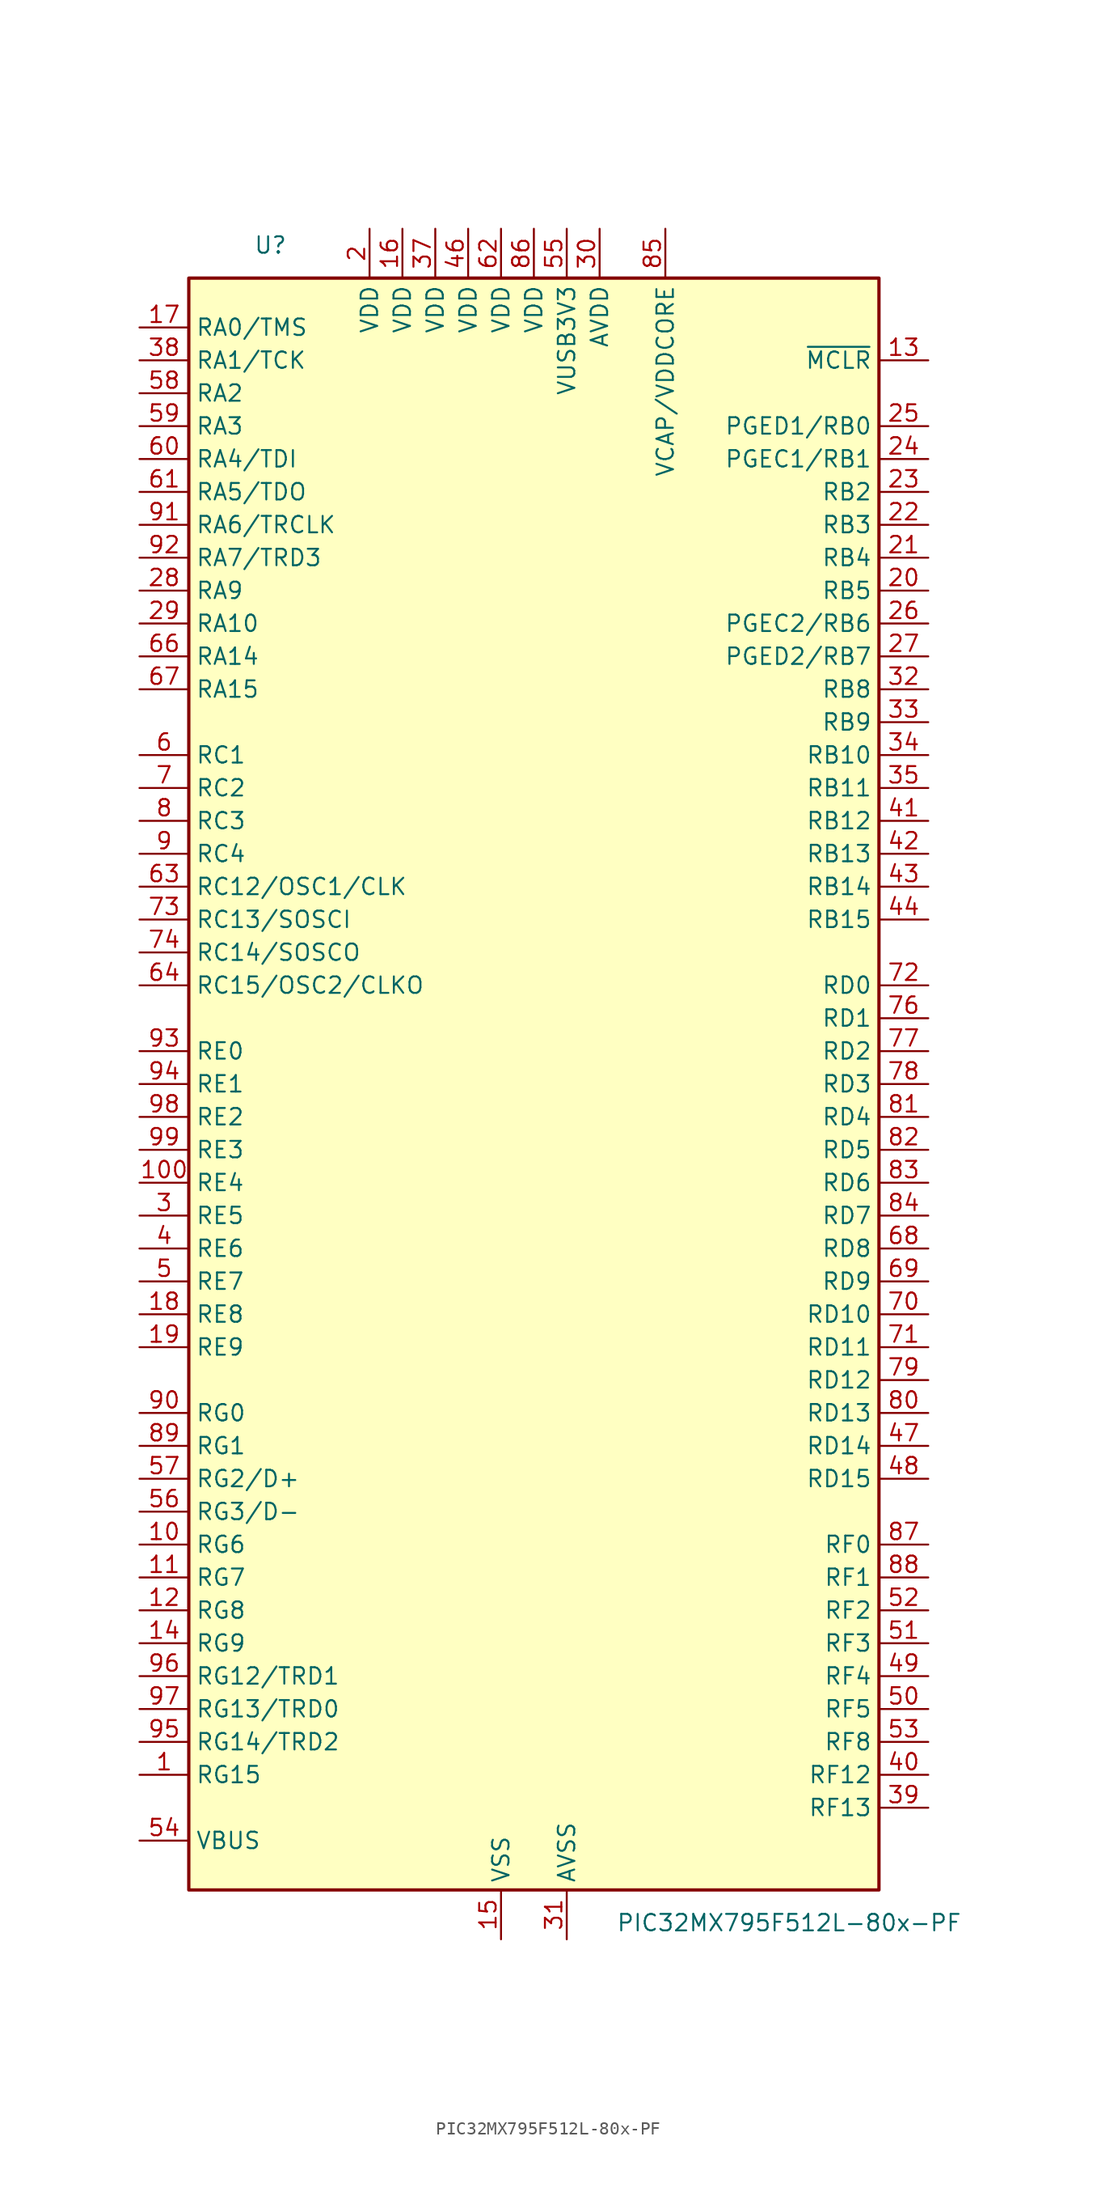
<source format=kicad_sym>
(kicad_symbol_lib
  (version 20201005)
  (generator kicad_symbol_editor)
  (symbol "PIC32MX795F512L-80x-PF"
    (property "Reference" "U"
      (at -19.05 64.77 0)
      (effects (font (size 1.27 1.27)) (justify right)))
    (property "Value" "PIC32MX795F512L-80x-PF"
      (at 6.35 -64.77 0)
      (effects (font (size 1.27 1.27)) (justify left)))
    (symbol "PIC32MX795F512L-80x-PF_0_1"
      (rectangle (start -26.67 62.23) (end 26.67 -62.23) (stroke (width 0.254)) (fill (type background))))
    (symbol "PIC32MX795F512L-80x-PF_1_1"
      (pin bidirectional line (at -30.48 -53.34 0) (length 3.81) (name "RG15" (effects (font (size 1.27 1.27)))) (number "1" (effects (font (size 1.27 1.27)))))
      (pin bidirectional line (at -30.48 -35.56 0) (length 3.81) (name "RG6" (effects (font (size 1.27 1.27)))) (number "10" (effects (font (size 1.27 1.27)))))
      (pin bidirectional line (at -30.48 -7.62 0) (length 3.81) (name "RE4" (effects (font (size 1.27 1.27)))) (number "100" (effects (font (size 1.27 1.27)))))
      (pin bidirectional line (at -30.48 -38.1 0) (length 3.81) (name "RG7" (effects (font (size 1.27 1.27)))) (number "11" (effects (font (size 1.27 1.27)))))
      (pin bidirectional line (at -30.48 -40.64 0) (length 3.81) (name "RG8" (effects (font (size 1.27 1.27)))) (number "12" (effects (font (size 1.27 1.27)))))
      (pin input line (at 30.48 55.88 180) (length 3.81) (name "~MCLR~" (effects (font (size 1.27 1.27)))) (number "13" (effects (font (size 1.27 1.27)))))
      (pin bidirectional line (at -30.48 -43.18 0) (length 3.81) (name "RG9" (effects (font (size 1.27 1.27)))) (number "14" (effects (font (size 1.27 1.27)))))
      (pin power_in line (at -2.54 -66.04 90) (length 3.81) (name "VSS" (effects (font (size 1.27 1.27)))) (number "15" (effects (font (size 1.27 1.27)))))
      (pin power_in line (at -10.16 66.04 270) (length 3.81) (name "VDD" (effects (font (size 1.27 1.27)))) (number "16" (effects (font (size 1.27 1.27)))))
      (pin bidirectional line (at -30.48 58.42 0) (length 3.81) (name "RA0/TMS" (effects (font (size 1.27 1.27)))) (number "17" (effects (font (size 1.27 1.27)))))
      (pin bidirectional line (at -30.48 -17.78 0) (length 3.81) (name "RE8" (effects (font (size 1.27 1.27)))) (number "18" (effects (font (size 1.27 1.27)))))
      (pin bidirectional line (at -30.48 -20.32 0) (length 3.81) (name "RE9" (effects (font (size 1.27 1.27)))) (number "19" (effects (font (size 1.27 1.27)))))
      (pin power_in line (at -12.7 66.04 270) (length 3.81) (name "VDD" (effects (font (size 1.27 1.27)))) (number "2" (effects (font (size 1.27 1.27)))))
      (pin bidirectional line (at 30.48 38.1 180) (length 3.81) (name "RB5" (effects (font (size 1.27 1.27)))) (number "20" (effects (font (size 1.27 1.27)))))
      (pin bidirectional line (at 30.48 40.64 180) (length 3.81) (name "RB4" (effects (font (size 1.27 1.27)))) (number "21" (effects (font (size 1.27 1.27)))))
      (pin bidirectional line (at 30.48 43.18 180) (length 3.81) (name "RB3" (effects (font (size 1.27 1.27)))) (number "22" (effects (font (size 1.27 1.27)))))
      (pin bidirectional line (at 30.48 45.72 180) (length 3.81) (name "RB2" (effects (font (size 1.27 1.27)))) (number "23" (effects (font (size 1.27 1.27)))))
      (pin bidirectional line (at 30.48 48.26 180) (length 3.81) (name "PGEC1/RB1" (effects (font (size 1.27 1.27)))) (number "24" (effects (font (size 1.27 1.27)))))
      (pin bidirectional line (at 30.48 50.8 180) (length 3.81) (name "PGED1/RB0" (effects (font (size 1.27 1.27)))) (number "25" (effects (font (size 1.27 1.27)))))
      (pin bidirectional line (at 30.48 35.56 180) (length 3.81) (name "PGEC2/RB6" (effects (font (size 1.27 1.27)))) (number "26" (effects (font (size 1.27 1.27)))))
      (pin bidirectional line (at 30.48 33.02 180) (length 3.81) (name "PGED2/RB7" (effects (font (size 1.27 1.27)))) (number "27" (effects (font (size 1.27 1.27)))))
      (pin bidirectional line (at -30.48 38.1 0) (length 3.81) (name "RA9" (effects (font (size 1.27 1.27)))) (number "28" (effects (font (size 1.27 1.27)))))
      (pin bidirectional line (at -30.48 35.56 0) (length 3.81) (name "RA10" (effects (font (size 1.27 1.27)))) (number "29" (effects (font (size 1.27 1.27)))))
      (pin bidirectional line (at -30.48 -10.16 0) (length 3.81) (name "RE5" (effects (font (size 1.27 1.27)))) (number "3" (effects (font (size 1.27 1.27)))))
      (pin power_in line (at 5.08 66.04 270) (length 3.81) (name "AVDD" (effects (font (size 1.27 1.27)))) (number "30" (effects (font (size 1.27 1.27)))))
      (pin power_in line (at 2.54 -66.04 90) (length 3.81) (name "AVSS" (effects (font (size 1.27 1.27)))) (number "31" (effects (font (size 1.27 1.27)))))
      (pin bidirectional line (at 30.48 30.48 180) (length 3.81) (name "RB8" (effects (font (size 1.27 1.27)))) (number "32" (effects (font (size 1.27 1.27)))))
      (pin bidirectional line (at 30.48 27.94 180) (length 3.81) (name "RB9" (effects (font (size 1.27 1.27)))) (number "33" (effects (font (size 1.27 1.27)))))
      (pin bidirectional line (at 30.48 25.4 180) (length 3.81) (name "RB10" (effects (font (size 1.27 1.27)))) (number "34" (effects (font (size 1.27 1.27)))))
      (pin bidirectional line (at 30.48 22.86 180) (length 3.81) (name "RB11" (effects (font (size 1.27 1.27)))) (number "35" (effects (font (size 1.27 1.27)))))
      (pin passive line (at -2.54 -66.04 90) (length 3.81) hide (name "VSS" (effects (font (size 1.27 1.27)))) (number "36" (effects (font (size 1.27 1.27)))))
      (pin power_in line (at -7.62 66.04 270) (length 3.81) (name "VDD" (effects (font (size 1.27 1.27)))) (number "37" (effects (font (size 1.27 1.27)))))
      (pin bidirectional line (at -30.48 55.88 0) (length 3.81) (name "RA1/TCK" (effects (font (size 1.27 1.27)))) (number "38" (effects (font (size 1.27 1.27)))))
      (pin bidirectional line (at 30.48 -55.88 180) (length 3.81) (name "RF13" (effects (font (size 1.27 1.27)))) (number "39" (effects (font (size 1.27 1.27)))))
      (pin bidirectional line (at -30.48 -12.7 0) (length 3.81) (name "RE6" (effects (font (size 1.27 1.27)))) (number "4" (effects (font (size 1.27 1.27)))))
      (pin bidirectional line (at 30.48 -53.34 180) (length 3.81) (name "RF12" (effects (font (size 1.27 1.27)))) (number "40" (effects (font (size 1.27 1.27)))))
      (pin bidirectional line (at 30.48 20.32 180) (length 3.81) (name "RB12" (effects (font (size 1.27 1.27)))) (number "41" (effects (font (size 1.27 1.27)))))
      (pin bidirectional line (at 30.48 17.78 180) (length 3.81) (name "RB13" (effects (font (size 1.27 1.27)))) (number "42" (effects (font (size 1.27 1.27)))))
      (pin bidirectional line (at 30.48 15.24 180) (length 3.81) (name "RB14" (effects (font (size 1.27 1.27)))) (number "43" (effects (font (size 1.27 1.27)))))
      (pin bidirectional line (at 30.48 12.7 180) (length 3.81) (name "RB15" (effects (font (size 1.27 1.27)))) (number "44" (effects (font (size 1.27 1.27)))))
      (pin passive line (at -2.54 -66.04 90) (length 3.81) hide (name "VSS" (effects (font (size 1.27 1.27)))) (number "45" (effects (font (size 1.27 1.27)))))
      (pin power_in line (at -5.08 66.04 270) (length 3.81) (name "VDD" (effects (font (size 1.27 1.27)))) (number "46" (effects (font (size 1.27 1.27)))))
      (pin bidirectional line (at 30.48 -27.94 180) (length 3.81) (name "RD14" (effects (font (size 1.27 1.27)))) (number "47" (effects (font (size 1.27 1.27)))))
      (pin bidirectional line (at 30.48 -30.48 180) (length 3.81) (name "RD15" (effects (font (size 1.27 1.27)))) (number "48" (effects (font (size 1.27 1.27)))))
      (pin bidirectional line (at 30.48 -45.72 180) (length 3.81) (name "RF4" (effects (font (size 1.27 1.27)))) (number "49" (effects (font (size 1.27 1.27)))))
      (pin bidirectional line (at -30.48 -15.24 0) (length 3.81) (name "RE7" (effects (font (size 1.27 1.27)))) (number "5" (effects (font (size 1.27 1.27)))))
      (pin bidirectional line (at 30.48 -48.26 180) (length 3.81) (name "RF5" (effects (font (size 1.27 1.27)))) (number "50" (effects (font (size 1.27 1.27)))))
      (pin bidirectional line (at 30.48 -43.18 180) (length 3.81) (name "RF3" (effects (font (size 1.27 1.27)))) (number "51" (effects (font (size 1.27 1.27)))))
      (pin bidirectional line (at 30.48 -40.64 180) (length 3.81) (name "RF2" (effects (font (size 1.27 1.27)))) (number "52" (effects (font (size 1.27 1.27)))))
      (pin bidirectional line (at 30.48 -50.8 180) (length 3.81) (name "RF8" (effects (font (size 1.27 1.27)))) (number "53" (effects (font (size 1.27 1.27)))))
      (pin input line (at -30.48 -58.42 0) (length 3.81) (name "VBUS" (effects (font (size 1.27 1.27)))) (number "54" (effects (font (size 1.27 1.27)))))
      (pin power_in line (at 2.54 66.04 270) (length 3.81) (name "VUSB3V3" (effects (font (size 1.27 1.27)))) (number "55" (effects (font (size 1.27 1.27)))))
      (pin bidirectional line (at -30.48 -33.02 0) (length 3.81) (name "RG3/D-" (effects (font (size 1.27 1.27)))) (number "56" (effects (font (size 1.27 1.27)))))
      (pin bidirectional line (at -30.48 -30.48 0) (length 3.81) (name "RG2/D+" (effects (font (size 1.27 1.27)))) (number "57" (effects (font (size 1.27 1.27)))))
      (pin bidirectional line (at -30.48 53.34 0) (length 3.81) (name "RA2" (effects (font (size 1.27 1.27)))) (number "58" (effects (font (size 1.27 1.27)))))
      (pin bidirectional line (at -30.48 50.8 0) (length 3.81) (name "RA3" (effects (font (size 1.27 1.27)))) (number "59" (effects (font (size 1.27 1.27)))))
      (pin bidirectional line (at -30.48 25.4 0) (length 3.81) (name "RC1" (effects (font (size 1.27 1.27)))) (number "6" (effects (font (size 1.27 1.27)))))
      (pin bidirectional line (at -30.48 48.26 0) (length 3.81) (name "RA4/TDI" (effects (font (size 1.27 1.27)))) (number "60" (effects (font (size 1.27 1.27)))))
      (pin bidirectional line (at -30.48 45.72 0) (length 3.81) (name "RA5/TDO" (effects (font (size 1.27 1.27)))) (number "61" (effects (font (size 1.27 1.27)))))
      (pin power_in line (at -2.54 66.04 270) (length 3.81) (name "VDD" (effects (font (size 1.27 1.27)))) (number "62" (effects (font (size 1.27 1.27)))))
      (pin bidirectional line (at -30.48 15.24 0) (length 3.81) (name "RC12/OSC1/CLK" (effects (font (size 1.27 1.27)))) (number "63" (effects (font (size 1.27 1.27)))))
      (pin bidirectional line (at -30.48 7.62 0) (length 3.81) (name "RC15/OSC2/CLKO" (effects (font (size 1.27 1.27)))) (number "64" (effects (font (size 1.27 1.27)))))
      (pin passive line (at -2.54 -66.04 90) (length 3.81) hide (name "VSS" (effects (font (size 1.27 1.27)))) (number "65" (effects (font (size 1.27 1.27)))))
      (pin bidirectional line (at -30.48 33.02 0) (length 3.81) (name "RA14" (effects (font (size 1.27 1.27)))) (number "66" (effects (font (size 1.27 1.27)))))
      (pin bidirectional line (at -30.48 30.48 0) (length 3.81) (name "RA15" (effects (font (size 1.27 1.27)))) (number "67" (effects (font (size 1.27 1.27)))))
      (pin bidirectional line (at 30.48 -12.7 180) (length 3.81) (name "RD8" (effects (font (size 1.27 1.27)))) (number "68" (effects (font (size 1.27 1.27)))))
      (pin bidirectional line (at 30.48 -15.24 180) (length 3.81) (name "RD9" (effects (font (size 1.27 1.27)))) (number "69" (effects (font (size 1.27 1.27)))))
      (pin bidirectional line (at -30.48 22.86 0) (length 3.81) (name "RC2" (effects (font (size 1.27 1.27)))) (number "7" (effects (font (size 1.27 1.27)))))
      (pin bidirectional line (at 30.48 -17.78 180) (length 3.81) (name "RD10" (effects (font (size 1.27 1.27)))) (number "70" (effects (font (size 1.27 1.27)))))
      (pin bidirectional line (at 30.48 -20.32 180) (length 3.81) (name "RD11" (effects (font (size 1.27 1.27)))) (number "71" (effects (font (size 1.27 1.27)))))
      (pin bidirectional line (at 30.48 7.62 180) (length 3.81) (name "RD0" (effects (font (size 1.27 1.27)))) (number "72" (effects (font (size 1.27 1.27)))))
      (pin bidirectional line (at -30.48 12.7 0) (length 3.81) (name "RC13/SOSCI" (effects (font (size 1.27 1.27)))) (number "73" (effects (font (size 1.27 1.27)))))
      (pin bidirectional line (at -30.48 10.16 0) (length 3.81) (name "RC14/SOSCO" (effects (font (size 1.27 1.27)))) (number "74" (effects (font (size 1.27 1.27)))))
      (pin passive line (at -2.54 -66.04 90) (length 3.81) hide (name "VSS" (effects (font (size 1.27 1.27)))) (number "75" (effects (font (size 1.27 1.27)))))
      (pin bidirectional line (at 30.48 5.08 180) (length 3.81) (name "RD1" (effects (font (size 1.27 1.27)))) (number "76" (effects (font (size 1.27 1.27)))))
      (pin bidirectional line (at 30.48 2.54 180) (length 3.81) (name "RD2" (effects (font (size 1.27 1.27)))) (number "77" (effects (font (size 1.27 1.27)))))
      (pin bidirectional line (at 30.48 0 180) (length 3.81) (name "RD3" (effects (font (size 1.27 1.27)))) (number "78" (effects (font (size 1.27 1.27)))))
      (pin bidirectional line (at 30.48 -22.86 180) (length 3.81) (name "RD12" (effects (font (size 1.27 1.27)))) (number "79" (effects (font (size 1.27 1.27)))))
      (pin bidirectional line (at -30.48 20.32 0) (length 3.81) (name "RC3" (effects (font (size 1.27 1.27)))) (number "8" (effects (font (size 1.27 1.27)))))
      (pin bidirectional line (at 30.48 -25.4 180) (length 3.81) (name "RD13" (effects (font (size 1.27 1.27)))) (number "80" (effects (font (size 1.27 1.27)))))
      (pin bidirectional line (at 30.48 -2.54 180) (length 3.81) (name "RD4" (effects (font (size 1.27 1.27)))) (number "81" (effects (font (size 1.27 1.27)))))
      (pin bidirectional line (at 30.48 -5.08 180) (length 3.81) (name "RD5" (effects (font (size 1.27 1.27)))) (number "82" (effects (font (size 1.27 1.27)))))
      (pin bidirectional line (at 30.48 -7.62 180) (length 3.81) (name "RD6" (effects (font (size 1.27 1.27)))) (number "83" (effects (font (size 1.27 1.27)))))
      (pin bidirectional line (at 30.48 -10.16 180) (length 3.81) (name "RD7" (effects (font (size 1.27 1.27)))) (number "84" (effects (font (size 1.27 1.27)))))
      (pin power_out line (at 10.16 66.04 270) (length 3.81) (name "VCAP/VDDCORE" (effects (font (size 1.27 1.27)))) (number "85" (effects (font (size 1.27 1.27)))))
      (pin power_in line (at 0 66.04 270) (length 3.81) (name "VDD" (effects (font (size 1.27 1.27)))) (number "86" (effects (font (size 1.27 1.27)))))
      (pin bidirectional line (at 30.48 -35.56 180) (length 3.81) (name "RF0" (effects (font (size 1.27 1.27)))) (number "87" (effects (font (size 1.27 1.27)))))
      (pin bidirectional line (at 30.48 -38.1 180) (length 3.81) (name "RF1" (effects (font (size 1.27 1.27)))) (number "88" (effects (font (size 1.27 1.27)))))
      (pin bidirectional line (at -30.48 -27.94 0) (length 3.81) (name "RG1" (effects (font (size 1.27 1.27)))) (number "89" (effects (font (size 1.27 1.27)))))
      (pin bidirectional line (at -30.48 17.78 0) (length 3.81) (name "RC4" (effects (font (size 1.27 1.27)))) (number "9" (effects (font (size 1.27 1.27)))))
      (pin bidirectional line (at -30.48 -25.4 0) (length 3.81) (name "RG0" (effects (font (size 1.27 1.27)))) (number "90" (effects (font (size 1.27 1.27)))))
      (pin bidirectional line (at -30.48 43.18 0) (length 3.81) (name "RA6/TRCLK" (effects (font (size 1.27 1.27)))) (number "91" (effects (font (size 1.27 1.27)))))
      (pin bidirectional line (at -30.48 40.64 0) (length 3.81) (name "RA7/TRD3" (effects (font (size 1.27 1.27)))) (number "92" (effects (font (size 1.27 1.27)))))
      (pin bidirectional line (at -30.48 2.54 0) (length 3.81) (name "RE0" (effects (font (size 1.27 1.27)))) (number "93" (effects (font (size 1.27 1.27)))))
      (pin bidirectional line (at -30.48 0 0) (length 3.81) (name "RE1" (effects (font (size 1.27 1.27)))) (number "94" (effects (font (size 1.27 1.27)))))
      (pin bidirectional line (at -30.48 -50.8 0) (length 3.81) (name "RG14/TRD2" (effects (font (size 1.27 1.27)))) (number "95" (effects (font (size 1.27 1.27)))))
      (pin bidirectional line (at -30.48 -45.72 0) (length 3.81) (name "RG12/TRD1" (effects (font (size 1.27 1.27)))) (number "96" (effects (font (size 1.27 1.27)))))
      (pin bidirectional line (at -30.48 -48.26 0) (length 3.81) (name "RG13/TRD0" (effects (font (size 1.27 1.27)))) (number "97" (effects (font (size 1.27 1.27)))))
      (pin bidirectional line (at -30.48 -2.54 0) (length 3.81) (name "RE2" (effects (font (size 1.27 1.27)))) (number "98" (effects (font (size 1.27 1.27)))))
      (pin bidirectional line (at -30.48 -5.08 0) (length 3.81) (name "RE3" (effects (font (size 1.27 1.27)))) (number "99" (effects (font (size 1.27 1.27))))))))
</source>
